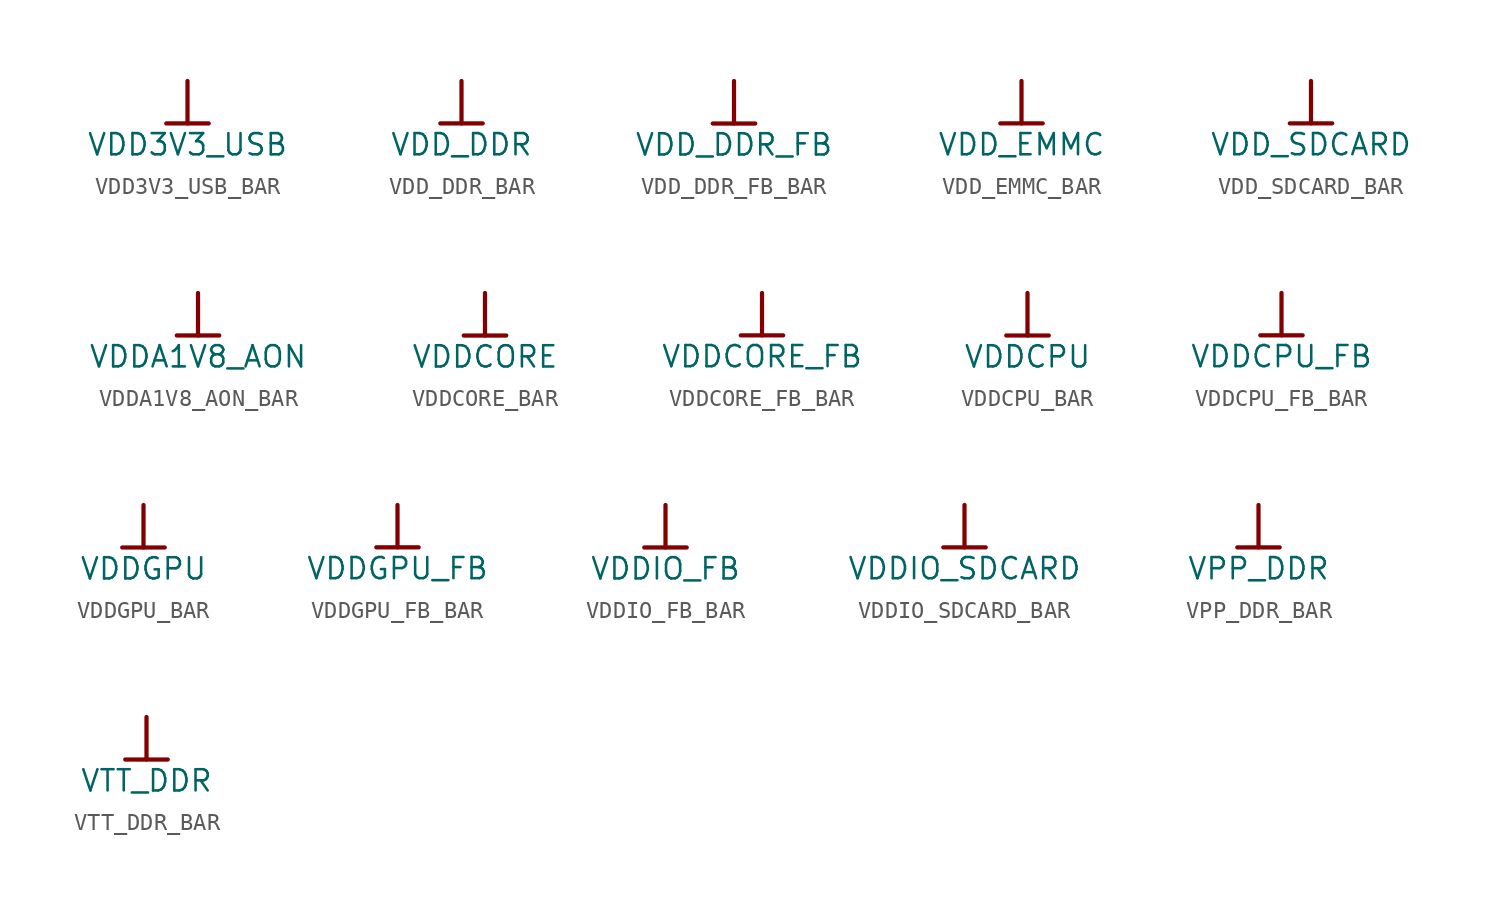
<source format=kicad_sym>
(kicad_symbol_lib
  (version 20241209)
  (generator "kicad_symbol_editor")
  (generator_version "9.0")
  (symbol "VDD3V3_USB_BAR"
    (power)
    (property "Reference" "#PWR"
      (at 0 0 0)
      (effects (font (size 1.27 1.27)) (hide yes)))
    (property "Value" "VDD3V3_USB"
      (at 0 -3.81 0)
      (effects (font (size 1.27 1.27))))
    (symbol "VDD3V3_USB_BAR_0_0"
      (polyline (pts (xy -1.27 -2.54) (xy 1.27 -2.54)) (stroke (width 0.254) (type solid)) (fill (type none)))
      (polyline (pts (xy 0 0) (xy 0 -2.54)) (stroke (width 0.254) (type solid)) (fill (type none)))
      (pin power_in line (at 0 0 0) (length 0) (hide yes) (name "VDD3V3_USB" (effects (font (size 1.27 1.27)))) (number "" (effects (font (size 1.27 1.27)))))))
  (symbol "VDD_DDR_BAR"
    (power)
    (property "Reference" "#PWR"
      (at 0 0 0)
      (effects (font (size 1.27 1.27)) (hide yes)))
    (property "Value" "VDD_DDR"
      (at 0 -3.81 0)
      (effects (font (size 1.27 1.27))))
    (symbol "VDD_DDR_BAR_0_0"
      (polyline (pts (xy -1.27 -2.54) (xy 1.27 -2.54)) (stroke (width 0.254) (type solid)) (fill (type none)))
      (polyline (pts (xy 0 0) (xy 0 -2.54)) (stroke (width 0.254) (type solid)) (fill (type none)))
      (pin power_in line (at 0 0 0) (length 0) (hide yes) (name "VDD_DDR" (effects (font (size 1.27 1.27)))) (number "" (effects (font (size 1.27 1.27)))))))
  (symbol "VDD_DDR_FB_BAR"
    (power)
    (property "Reference" "#PWR"
      (at 0 0 0)
      (effects (font (size 1.27 1.27)) (hide yes)))
    (property "Value" "VDD_DDR_FB"
      (at 0 -3.81 0)
      (effects (font (size 1.27 1.27))))
    (symbol "VDD_DDR_FB_BAR_0_0"
      (polyline (pts (xy -1.27 -2.54) (xy 1.27 -2.54)) (stroke (width 0.254) (type solid)) (fill (type none)))
      (polyline (pts (xy 0 0) (xy 0 -2.54)) (stroke (width 0.254) (type solid)) (fill (type none)))
      (pin power_in line (at 0 0 0) (length 0) (hide yes) (name "VDD_DDR_FB" (effects (font (size 1.27 1.27)))) (number "" (effects (font (size 1.27 1.27)))))))
  (symbol "VDD_EMMC_BAR"
    (power)
    (property "Reference" "#PWR"
      (at 0 0 0)
      (effects (font (size 1.27 1.27)) (hide yes)))
    (property "Value" "VDD_EMMC"
      (at 0 -3.81 0)
      (effects (font (size 1.27 1.27))))
    (symbol "VDD_EMMC_BAR_0_0"
      (polyline (pts (xy -1.27 -2.54) (xy 1.27 -2.54)) (stroke (width 0.254) (type solid)) (fill (type none)))
      (polyline (pts (xy 0 0) (xy 0 -2.54)) (stroke (width 0.254) (type solid)) (fill (type none)))
      (pin power_in line (at 0 0 0) (length 0) (hide yes) (name "VDD_EMMC" (effects (font (size 1.27 1.27)))) (number "" (effects (font (size 1.27 1.27)))))))
  (symbol "VDD_SDCARD_BAR"
    (power)
    (property "Reference" "#PWR"
      (at 0 0 0)
      (effects (font (size 1.27 1.27)) (hide yes)))
    (property "Value" "VDD_SDCARD"
      (at 0 -3.81 0)
      (effects (font (size 1.27 1.27))))
    (symbol "VDD_SDCARD_BAR_0_0"
      (polyline (pts (xy -1.27 -2.54) (xy 1.27 -2.54)) (stroke (width 0.254) (type solid)) (fill (type none)))
      (polyline (pts (xy 0 0) (xy 0 -2.54)) (stroke (width 0.254) (type solid)) (fill (type none)))
      (pin power_in line (at 0 0 0) (length 0) (hide yes) (name "VDD_SDCARD" (effects (font (size 1.27 1.27)))) (number "" (effects (font (size 1.27 1.27)))))))
  (symbol "VDDA1V8_AON_BAR"
    (power)
    (property "Reference" "#PWR"
      (at 0 0 0)
      (effects (font (size 1.27 1.27)) (hide yes)))
    (property "Value" "VDDA1V8_AON"
      (at 0 -3.81 0)
      (effects (font (size 1.27 1.27))))
    (symbol "VDDA1V8_AON_BAR_0_0"
      (polyline (pts (xy -1.27 -2.54) (xy 1.27 -2.54)) (stroke (width 0.254) (type solid)) (fill (type none)))
      (polyline (pts (xy 0 0) (xy 0 -2.54)) (stroke (width 0.254) (type solid)) (fill (type none)))
      (pin power_in line (at 0 0 0) (length 0) (hide yes) (name "VDDA1V8_AON" (effects (font (size 1.27 1.27)))) (number "" (effects (font (size 1.27 1.27)))))))
  (symbol "VDDCORE_BAR"
    (power)
    (property "Reference" "#PWR"
      (at 0 0 0)
      (effects (font (size 1.27 1.27)) (hide yes)))
    (property "Value" "VDDCORE"
      (at 0 -3.81 0)
      (effects (font (size 1.27 1.27))))
    (symbol "VDDCORE_BAR_0_0"
      (polyline (pts (xy -1.27 -2.54) (xy 1.27 -2.54)) (stroke (width 0.254) (type solid)) (fill (type none)))
      (polyline (pts (xy 0 0) (xy 0 -2.54)) (stroke (width 0.254) (type solid)) (fill (type none)))
      (pin power_in line (at 0 0 0) (length 0) (hide yes) (name "VDDCORE" (effects (font (size 1.27 1.27)))) (number "" (effects (font (size 1.27 1.27)))))))
  (symbol "VDDCORE_FB_BAR"
    (power)
    (property "Reference" "#PWR"
      (at 0 0 0)
      (effects (font (size 1.27 1.27)) (hide yes)))
    (property "Value" "VDDCORE_FB"
      (at 0 -3.81 0)
      (effects (font (size 1.27 1.27))))
    (symbol "VDDCORE_FB_BAR_0_0"
      (polyline (pts (xy -1.27 -2.54) (xy 1.27 -2.54)) (stroke (width 0.254) (type solid)) (fill (type none)))
      (polyline (pts (xy 0 0) (xy 0 -2.54)) (stroke (width 0.254) (type solid)) (fill (type none)))
      (pin power_in line (at 0 0 0) (length 0) (hide yes) (name "VDDCORE_FB" (effects (font (size 1.27 1.27)))) (number "" (effects (font (size 1.27 1.27)))))))
  (symbol "VDDCPU_BAR"
    (power)
    (property "Reference" "#PWR"
      (at 0 0 0)
      (effects (font (size 1.27 1.27)) (hide yes)))
    (property "Value" "VDDCPU"
      (at 0 -3.81 0)
      (effects (font (size 1.27 1.27))))
    (symbol "VDDCPU_BAR_0_0"
      (polyline (pts (xy -1.27 -2.54) (xy 1.27 -2.54)) (stroke (width 0.254) (type solid)) (fill (type none)))
      (polyline (pts (xy 0 0) (xy 0 -2.54)) (stroke (width 0.254) (type solid)) (fill (type none)))
      (pin power_in line (at 0 0 0) (length 0) (hide yes) (name "VDDCPU" (effects (font (size 1.27 1.27)))) (number "" (effects (font (size 1.27 1.27)))))))
  (symbol "VDDCPU_FB_BAR"
    (power)
    (property "Reference" "#PWR"
      (at 0 0 0)
      (effects (font (size 1.27 1.27)) (hide yes)))
    (property "Value" "VDDCPU_FB"
      (at 0 -3.81 0)
      (effects (font (size 1.27 1.27))))
    (symbol "VDDCPU_FB_BAR_0_0"
      (polyline (pts (xy -1.27 -2.54) (xy 1.27 -2.54)) (stroke (width 0.254) (type solid)) (fill (type none)))
      (polyline (pts (xy 0 0) (xy 0 -2.54)) (stroke (width 0.254) (type solid)) (fill (type none)))
      (pin power_in line (at 0 0 0) (length 0) (hide yes) (name "VDDCPU_FB" (effects (font (size 1.27 1.27)))) (number "" (effects (font (size 1.27 1.27)))))))
  (symbol "VDDGPU_BAR"
    (power)
    (property "Reference" "#PWR"
      (at 0 0 0)
      (effects (font (size 1.27 1.27)) (hide yes)))
    (property "Value" "VDDGPU"
      (at 0 -3.81 0)
      (effects (font (size 1.27 1.27))))
    (symbol "VDDGPU_BAR_0_0"
      (polyline (pts (xy -1.27 -2.54) (xy 1.27 -2.54)) (stroke (width 0.254) (type solid)) (fill (type none)))
      (polyline (pts (xy 0 0) (xy 0 -2.54)) (stroke (width 0.254) (type solid)) (fill (type none)))
      (pin power_in line (at 0 0 0) (length 0) (hide yes) (name "VDDGPU" (effects (font (size 1.27 1.27)))) (number "" (effects (font (size 1.27 1.27)))))))
  (symbol "VDDGPU_FB_BAR"
    (power)
    (property "Reference" "#PWR"
      (at 0 0 0)
      (effects (font (size 1.27 1.27)) (hide yes)))
    (property "Value" "VDDGPU_FB"
      (at 0 -3.81 0)
      (effects (font (size 1.27 1.27))))
    (symbol "VDDGPU_FB_BAR_0_0"
      (polyline (pts (xy -1.27 -2.54) (xy 1.27 -2.54)) (stroke (width 0.254) (type solid)) (fill (type none)))
      (polyline (pts (xy 0 0) (xy 0 -2.54)) (stroke (width 0.254) (type solid)) (fill (type none)))
      (pin power_in line (at 0 0 0) (length 0) (hide yes) (name "VDDGPU_FB" (effects (font (size 1.27 1.27)))) (number "" (effects (font (size 1.27 1.27)))))))
  (symbol "VDDIO_FB_BAR"
    (power)
    (property "Reference" "#PWR"
      (at 0 0 0)
      (effects (font (size 1.27 1.27)) (hide yes)))
    (property "Value" "VDDIO_FB"
      (at 0 -3.81 0)
      (effects (font (size 1.27 1.27))))
    (symbol "VDDIO_FB_BAR_0_0"
      (polyline (pts (xy -1.27 -2.54) (xy 1.27 -2.54)) (stroke (width 0.254) (type solid)) (fill (type none)))
      (polyline (pts (xy 0 0) (xy 0 -2.54)) (stroke (width 0.254) (type solid)) (fill (type none)))
      (pin power_in line (at 0 0 0) (length 0) (hide yes) (name "VDDIO_FB" (effects (font (size 1.27 1.27)))) (number "" (effects (font (size 1.27 1.27)))))))
  (symbol "VDDIO_SDCARD_BAR"
    (power)
    (property "Reference" "#PWR"
      (at 0 0 0)
      (effects (font (size 1.27 1.27)) (hide yes)))
    (property "Value" "VDDIO_SDCARD"
      (at 0 -3.81 0)
      (effects (font (size 1.27 1.27))))
    (symbol "VDDIO_SDCARD_BAR_0_0"
      (polyline (pts (xy -1.27 -2.54) (xy 1.27 -2.54)) (stroke (width 0.254) (type solid)) (fill (type none)))
      (polyline (pts (xy 0 0) (xy 0 -2.54)) (stroke (width 0.254) (type solid)) (fill (type none)))
      (pin power_in line (at 0 0 0) (length 0) (hide yes) (name "VDDIO_SDCARD" (effects (font (size 1.27 1.27)))) (number "" (effects (font (size 1.27 1.27)))))))
  (symbol "VPP_DDR_BAR"
    (power)
    (property "Reference" "#PWR"
      (at 0 0 0)
      (effects (font (size 1.27 1.27)) (hide yes)))
    (property "Value" "VPP_DDR"
      (at 0 -3.81 0)
      (effects (font (size 1.27 1.27))))
    (symbol "VPP_DDR_BAR_0_0"
      (polyline (pts (xy -1.27 -2.54) (xy 1.27 -2.54)) (stroke (width 0.254) (type solid)) (fill (type none)))
      (polyline (pts (xy 0 0) (xy 0 -2.54)) (stroke (width 0.254) (type solid)) (fill (type none)))
      (pin power_in line (at 0 0 0) (length 0) (hide yes) (name "VPP_DDR" (effects (font (size 1.27 1.27)))) (number "" (effects (font (size 1.27 1.27)))))))
  (symbol "VTT_DDR_BAR"
    (power)
    (property "Reference" "#PWR"
      (at 0 0 0)
      (effects (font (size 1.27 1.27)) (hide yes)))
    (property "Value" "VTT_DDR"
      (at 0 -3.81 0)
      (effects (font (size 1.27 1.27))))
    (symbol "VTT_DDR_BAR_0_0"
      (polyline (pts (xy -1.27 -2.54) (xy 1.27 -2.54)) (stroke (width 0.254) (type solid)) (fill (type none)))
      (polyline (pts (xy 0 0) (xy 0 -2.54)) (stroke (width 0.254) (type solid)) (fill (type none)))
      (pin power_in line (at 0 0 0) (length 0) (hide yes) (name "VTT_DDR" (effects (font (size 1.27 1.27)))) (number "" (effects (font (size 1.27 1.27))))))))
</source>
